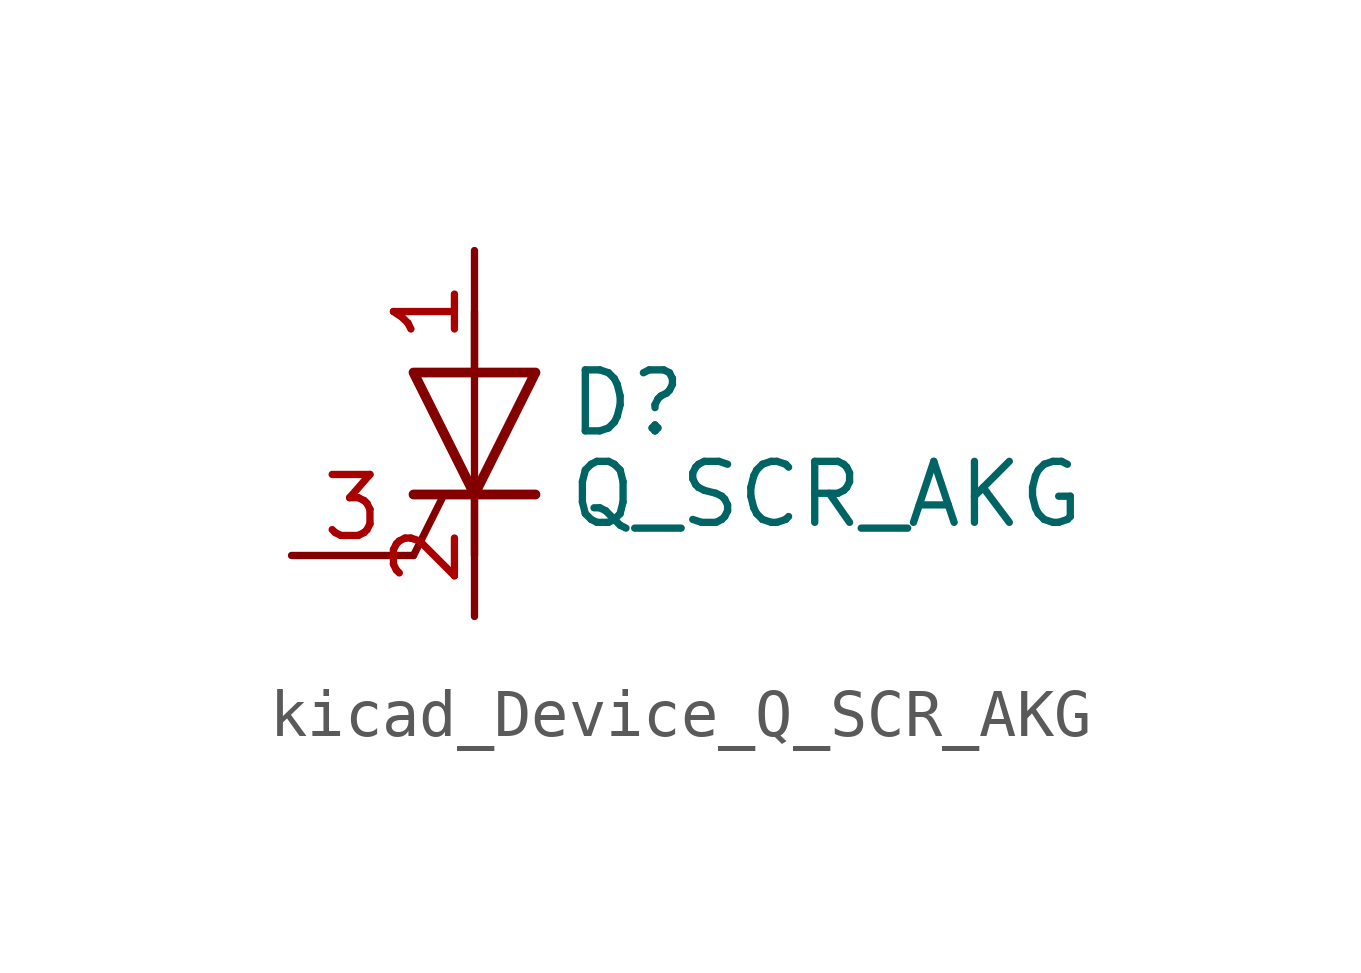
<source format=kicad_sym>
(kicad_symbol_lib
  (version 20220914)
  (generator kicad_symbol_editor)
  (symbol "kicad_Device_Q_SCR_AKG"
    (pin_names
      (offset 0) hide)
    (property "Reference" "D"
      (at 1.905 0.635 0)
      (effects (font (size 1.27 1.27)) (justify left)))
    (property "Value" "Q_SCR_AKG"
      (at 1.905 -1.27 0)
      (effects (font (size 1.27 1.27)) (justify left)))
    (symbol "kicad_Device_Q_SCR_AKG_0_1"
      (polyline (pts (xy -1.27 -2.54) (xy -0.635 -1.27)) (stroke (width 0) (type default)) (fill (type none)))
      (polyline (pts (xy -1.27 -1.27) (xy 1.27 -1.27)) (stroke (width 0.203) (type default)) (fill (type none)))
      (polyline (pts (xy 0 -2.54) (xy 0 2.54)) (stroke (width 0) (type default)) (fill (type none)))
      (polyline (pts (xy -1.27 1.27) (xy 1.27 1.27) (xy 0 -1.27) (xy -1.27 1.27)) (stroke (width 0.203) (type default)) (fill (type none))))
    (symbol "kicad_Device_Q_SCR_AKG_1_1"
      (pin passive line (at 0 3.81 270) (length 2.54) (name "A" (effects (font (size 1.27 1.27)))) (number "1" (effects (font (size 1.27 1.27)))))
      (pin passive line (at 0 -3.81 90) (length 2.54) (name "K" (effects (font (size 1.27 1.27)))) (number "2" (effects (font (size 1.27 1.27)))))
      (pin input line (at -3.81 -2.54 0) (length 2.54) (name "G" (effects (font (size 1.27 1.27)))) (number "3" (effects (font (size 1.27 1.27))))))))
</source>
